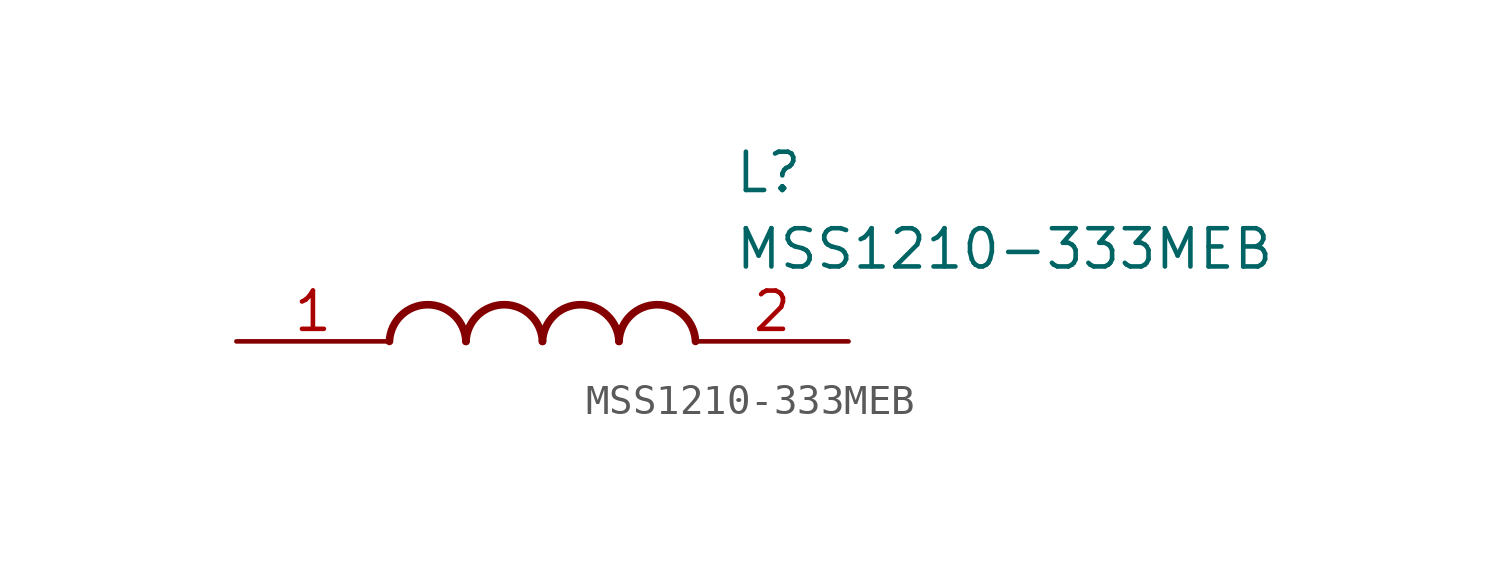
<source format=kicad_sym>
(kicad_symbol_lib
  (version 20211014)
  (generator SamacSys_ECAD_Model)
  (symbol "MSS1210-333MEB"
    (pin_names hide)
    (property "Reference" "L"
      (at 16.51 6.35 0)
      (effects (font (size 1.27 1.27)) (justify left top)))
    (property "Value" "MSS1210-333MEB"
      (at 16.51 3.81 0)
      (effects (font (size 1.27 1.27)) (justify left top)))
    (arc
      (start 7.62 0)
      (mid 6.35 1.219)
      (end 5.08 0)
      (stroke (width 0.254) (type default))
      (fill (type none)))
    (arc
      (start 10.16 0)
      (mid 8.89 1.219)
      (end 7.62 0)
      (stroke (width 0.254) (type default))
      (fill (type none)))
    (arc
      (start 12.7 0)
      (mid 11.43 1.219)
      (end 10.16 0)
      (stroke (width 0.254) (type default))
      (fill (type none)))
    (arc
      (start 15.24 0)
      (mid 13.97 1.219)
      (end 12.7 0)
      (stroke (width 0.254) (type default))
      (fill (type none)))
    (pin passive line
      (at 0 0 0)
      (length 5.08)
      (name "1" (effects (font (size 1.27 1.27))))
      (number "1" (effects (font (size 1.27 1.27)))))
    (pin passive line
      (at 20.32 0 180)
      (length 5.08)
      (name "2" (effects (font (size 1.27 1.27))))
      (number "2" (effects (font (size 1.27 1.27)))))))
</source>
